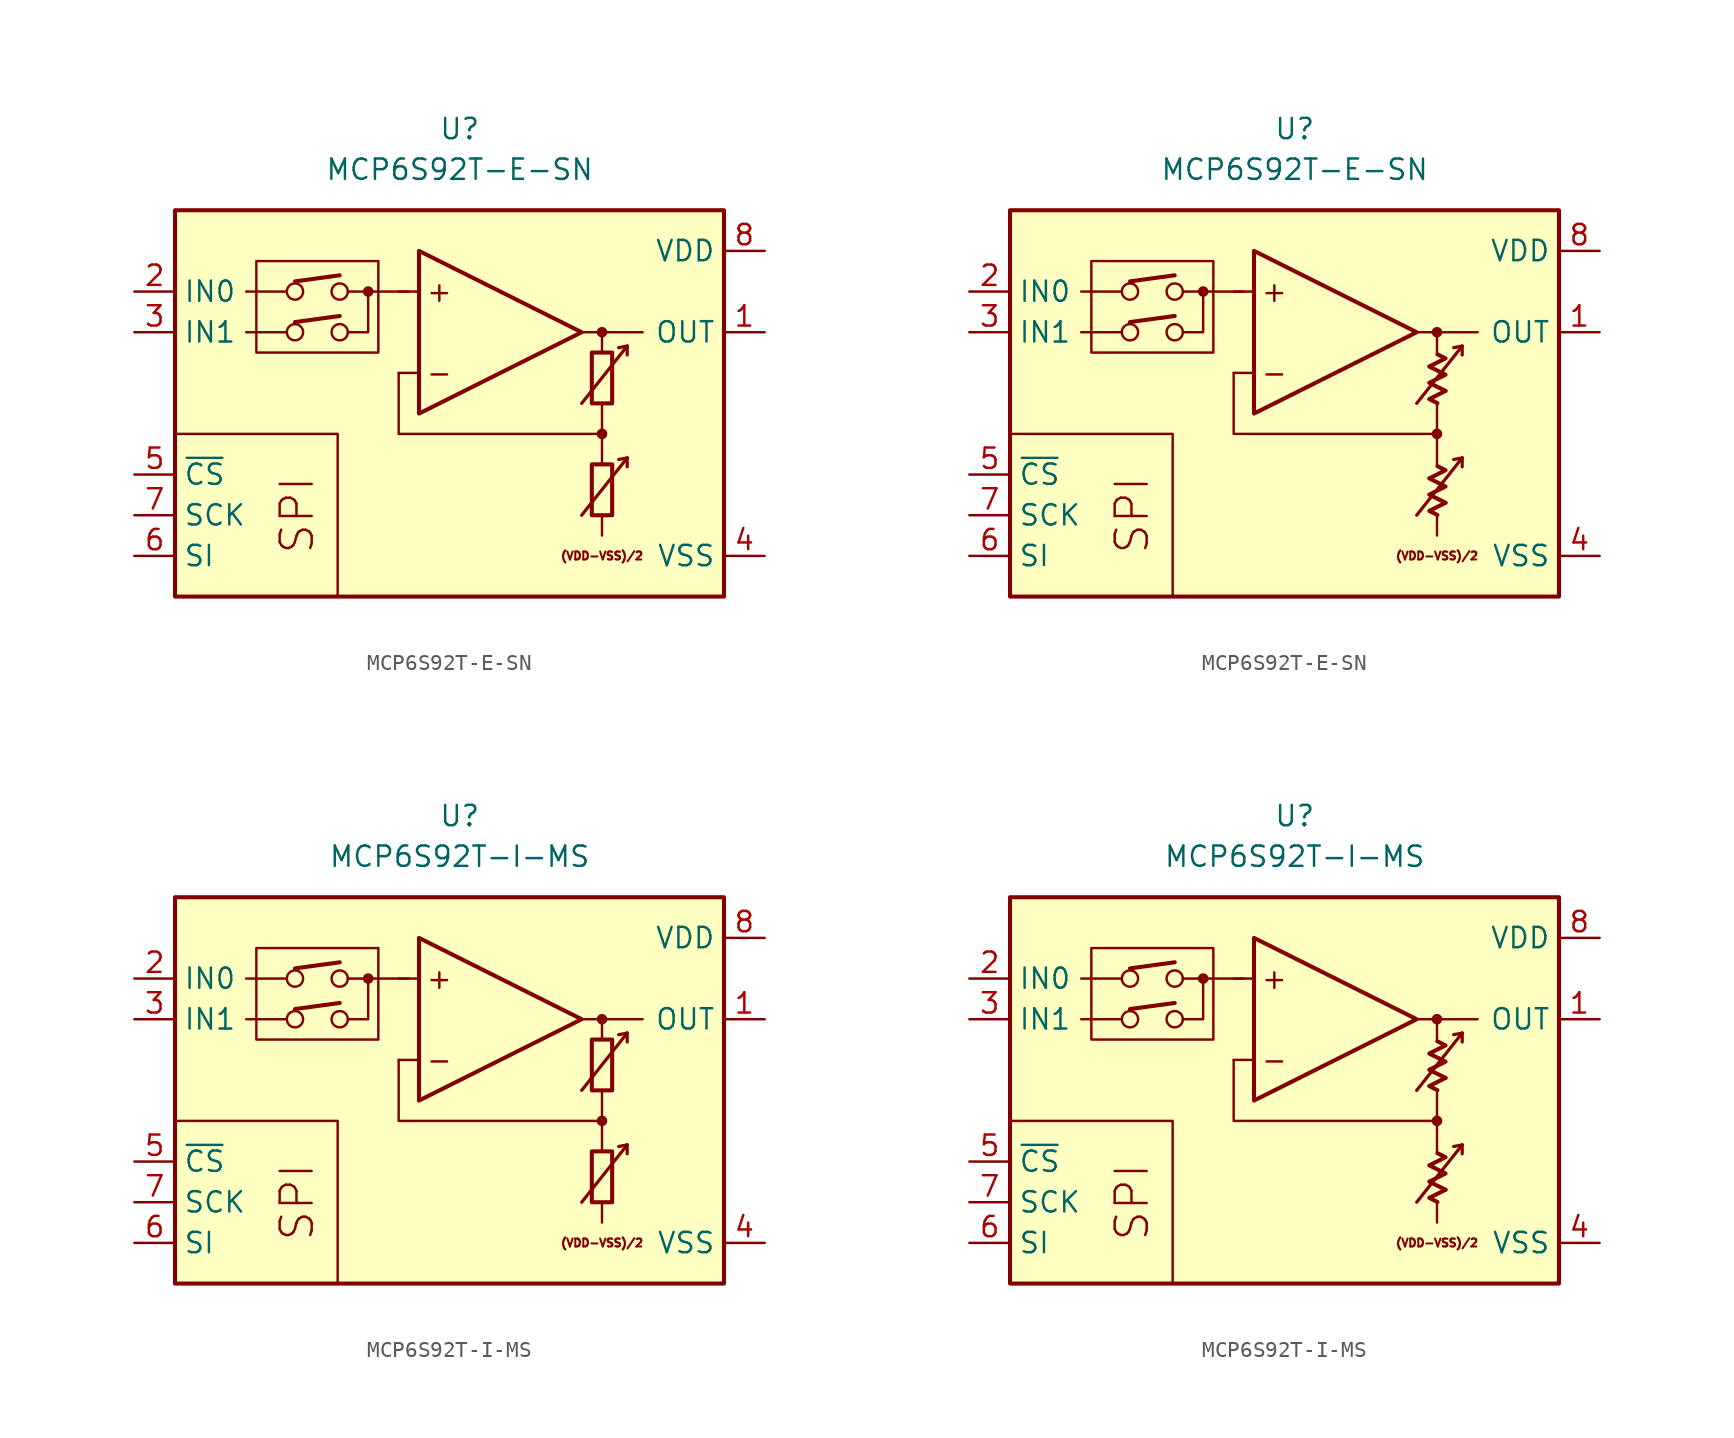
<source format=kicad_sym>
(kicad_symbol_lib
  (version 20231120)
  (generator "kicad_symbol_editor")
  (generator_version "8.0")
  (symbol "MCP6S92T-E-SN"
    (property "Reference" "U"
      (at 0 17.78 0)
      (effects (font (size 1.27 1.27))))
    (property "Value" "MCP6S92T-E-SN"
      (at 0 15.24 0)
      (effects (font (size 1.27 1.27))))
    (symbol "MCP6S92T-E-SN_0_0"
      (rectangle (start -17.78 12.7) (end 16.51 -11.43) (stroke (width 0.254) (type default)) (fill (type background)))
      (rectangle (start -12.7 9.525) (end -5.08 3.81) (stroke (width 0.152) (type default)) (fill (type none)))
      (circle (center -10.287 5.08) (radius 0.508) (stroke (width 0) (type default)) (fill (type none)))
      (circle (center -10.287 7.62) (radius 0.508) (stroke (width 0) (type default)) (fill (type none)))
      (circle (center -7.493 5.08) (radius 0.508) (stroke (width 0) (type default)) (fill (type none)))
      (circle (center -7.493 7.62) (radius 0.508) (stroke (width 0) (type default)) (fill (type none)))
      (circle (center -5.715 7.62) (radius 0.254) (stroke (width 0.152) (type default)) (fill (type outline)))
      (polyline (pts (xy 8.89 -3.81)) (stroke (width 0.152) (type default)) (fill (type none)))
      (polyline (pts (xy 8.89 -3.81)) (stroke (width 0.152) (type default)) (fill (type none)))
      (polyline (pts (xy 8.89 -3.175)) (stroke (width 0.152) (type default)) (fill (type none)))
      (polyline (pts (xy 8.89 3.175)) (stroke (width 0.152) (type default)) (fill (type none)))
      (polyline (pts (xy 8.89 3.81)) (stroke (width 0.152) (type default)) (fill (type none)))
      (polyline (pts (xy 8.89 3.81)) (stroke (width 0.152) (type default)) (fill (type none)))
      (polyline (pts (xy -10.795 5.08) (xy -13.335 5.08)) (stroke (width 0.152) (type default)) (fill (type none)))
      (polyline (pts (xy -10.795 7.62) (xy -13.335 7.62)) (stroke (width 0.152) (type default)) (fill (type none)))
      (polyline (pts (xy -10.287 5.715) (xy -7.493 6.096)) (stroke (width 0.254) (type default)) (fill (type none)))
      (polyline (pts (xy -10.287 8.255) (xy -7.493 8.636)) (stroke (width 0.254) (type default)) (fill (type none)))
      (polyline (pts (xy -3.175 7.62) (xy -6.985 7.62)) (stroke (width 0.152) (type default)) (fill (type none)))
      (polyline (pts (xy -2.54 2.54) (xy -3.81 2.54)) (stroke (width 0.152) (type default)) (fill (type none)))
      (polyline (pts (xy -2.54 7.62) (xy -3.81 7.62)) (stroke (width 0.152) (type default)) (fill (type none)))
      (polyline (pts (xy 7.62 5.08) (xy 11.43 5.08)) (stroke (width 0.152) (type default)) (fill (type none)))
      (polyline (pts (xy 8.89 -6.35) (xy 8.89 -7.62)) (stroke (width 0.152) (type default)) (fill (type none)))
      (polyline (pts (xy 8.89 -1.27) (xy 8.89 -3.175)) (stroke (width 0.152) (type default)) (fill (type none)))
      (polyline (pts (xy 8.89 0.635) (xy 8.89 -1.27)) (stroke (width 0.152) (type default)) (fill (type none)))
      (polyline (pts (xy 8.89 5.08) (xy 8.89 3.81)) (stroke (width 0.152) (type default)) (fill (type none)))
      (polyline (pts (xy -7.62 -11.43) (xy -7.62 -1.27) (xy -17.78 -1.27)) (stroke (width 0.152) (type default)) (fill (type none)))
      (polyline (pts (xy -6.985 5.08) (xy -5.715 5.08) (xy -5.715 7.62)) (stroke (width 0.152) (type default)) (fill (type none)))
      (polyline (pts (xy 8.89 -1.27) (xy -3.81 -1.27) (xy -3.81 2.54)) (stroke (width 0.152) (type default)) (fill (type none)))
      (circle (center 8.89 -1.27) (radius 0.254) (stroke (width 0.152) (type default)) (fill (type outline)))
      (circle (center 8.89 5.08) (radius 0.254) (stroke (width 0.152) (type default)) (fill (type outline)))
      (text "(VDD-VSS)/2" (at 8.89 -8.89 0) (effects (font (size 0.5 0.5))))
      (text "+" (at -1.27 7.62 0) (effects (font (size 1.27 1.27))))
      (text "-" (at -1.27 2.54 0) (effects (font (size 1.27 1.27))))
      (text "SPI" (at -10.16 -6.35 900) (effects (font (size 2 2)))))
    (symbol "MCP6S92T-E-SN_0_1"
      (rectangle (start 8.255 -3.175) (end 9.525 -6.35) (stroke (width 0.254) (type default)) (fill (type none)))
      (rectangle (start 8.255 3.81) (end 9.525 0.635) (stroke (width 0.254) (type default)) (fill (type none))))
    (symbol "MCP6S92T-E-SN_0_2"
      (polyline (pts (xy 9.422 -5.572) (xy 8.406 -6.08) (xy 8.915 -6.333)) (stroke (width 0.254) (type default)) (fill (type none)))
      (polyline (pts (xy 9.422 1.413) (xy 8.406 0.905) (xy 8.915 0.651)) (stroke (width 0.254) (type default)) (fill (type none)))
      (polyline (pts (xy 8.915 -3.285) (xy 9.422 -3.539) (xy 8.406 -4.048) (xy 9.422 -4.556) (xy 8.406 -5.064) (xy 9.422 -5.572)) (stroke (width 0.254) (type default)) (fill (type none)))
      (polyline (pts (xy 8.915 3.7) (xy 9.422 3.446) (xy 8.406 2.938) (xy 9.422 2.429) (xy 8.406 1.921) (xy 9.422 1.413)) (stroke (width 0.254) (type default)) (fill (type none))))
    (symbol "MCP6S92T-E-SN_1_0"
      (polyline (pts (xy 10.465 -2.769) (xy 9.931 -2.87)) (stroke (width 0.2) (type default)) (fill (type none)))
      (polyline (pts (xy 10.465 -2.769) (xy 10.465 -3.327)) (stroke (width 0.2) (type default)) (fill (type none)))
      (polyline (pts (xy 10.465 4.216) (xy 9.931 4.115)) (stroke (width 0.2) (type default)) (fill (type none)))
      (polyline (pts (xy 10.465 4.216) (xy 10.465 3.658)) (stroke (width 0.2) (type default)) (fill (type none)))
      (polyline (pts (xy -2.54 10.16) (xy -2.54 0) (xy 7.62 5.08) (xy -2.54 10.16)) (stroke (width 0.254) (type default)) (fill (type background)))
      (polyline (pts (xy 7.62 -6.35) (xy 10.465 -2.769) (xy 10.465 -2.769) (xy 10.465 -2.769)) (stroke (width 0.2) (type default)) (fill (type none)))
      (polyline (pts (xy 7.62 0.635) (xy 10.465 4.216) (xy 10.465 4.216) (xy 10.465 4.216)) (stroke (width 0.2) (type default)) (fill (type none))))
    (symbol "MCP6S92T-E-SN_1_1"
      (pin output line (at 19.05 5.08 180) (length 2.54) (name "OUT" (effects (font (size 1.27 1.27)))) (number "1" (effects (font (size 1.27 1.27)))))
      (pin input line (at -20.32 7.62 0) (length 2.54) (name "IN0" (effects (font (size 1.27 1.27)))) (number "2" (effects (font (size 1.27 1.27)))))
      (pin input line (at -20.32 5.08 0) (length 2.54) (name "IN1" (effects (font (size 1.27 1.27)))) (number "3" (effects (font (size 1.27 1.27)))))
      (pin power_in line (at 19.05 -8.89 180) (length 2.54) (name "VSS" (effects (font (size 1.27 1.27)))) (number "4" (effects (font (size 1.27 1.27)))))
      (pin input line (at -20.32 -3.81 0) (length 2.54) (name "~{CS}" (effects (font (size 1.27 1.27)))) (number "5" (effects (font (size 1.27 1.27)))))
      (pin input line (at -20.32 -8.89 0) (length 2.54) (name "SI" (effects (font (size 1.27 1.27)))) (number "6" (effects (font (size 1.27 1.27)))))
      (pin input line (at -20.32 -6.35 0) (length 2.54) (name "SCK" (effects (font (size 1.27 1.27)))) (number "7" (effects (font (size 1.27 1.27)))))
      (pin power_in line (at 19.05 10.16 180) (length 2.54) (name "VDD" (effects (font (size 1.27 1.27)))) (number "8" (effects (font (size 1.27 1.27))))))
    (symbol "MCP6S92T-E-SN_1_2"
      (pin output line (at 19.05 5.08 180) (length 2.54) (name "OUT" (effects (font (size 1.27 1.27)))) (number "1" (effects (font (size 1.27 1.27)))))
      (pin input line (at -20.32 7.62 0) (length 2.54) (name "IN0" (effects (font (size 1.27 1.27)))) (number "2" (effects (font (size 1.27 1.27)))))
      (pin input line (at -20.32 5.08 0) (length 2.54) (name "IN1" (effects (font (size 1.27 1.27)))) (number "3" (effects (font (size 1.27 1.27)))))
      (pin power_in line (at 19.05 -8.89 180) (length 2.54) (name "VSS" (effects (font (size 1.27 1.27)))) (number "4" (effects (font (size 1.27 1.27)))))
      (pin input line (at -20.32 -3.81 0) (length 2.54) (name "~{CS}" (effects (font (size 1.27 1.27)))) (number "5" (effects (font (size 1.27 1.27)))))
      (pin input line (at -20.32 -8.89 0) (length 2.54) (name "SI" (effects (font (size 1.27 1.27)))) (number "6" (effects (font (size 1.27 1.27)))))
      (pin input line (at -20.32 -6.35 0) (length 2.54) (name "SCK" (effects (font (size 1.27 1.27)))) (number "7" (effects (font (size 1.27 1.27)))))
      (pin power_in line (at 19.05 10.16 180) (length 2.54) (name "VDD" (effects (font (size 1.27 1.27)))) (number "8" (effects (font (size 1.27 1.27)))))))
  (symbol "MCP6S92T-I-MS"
    (property "Reference" "U"
      (at 0 17.78 0)
      (effects (font (size 1.27 1.27))))
    (property "Value" "MCP6S92T-I-MS"
      (at 0 15.24 0)
      (effects (font (size 1.27 1.27))))
    (symbol "MCP6S92T-I-MS_0_0"
      (rectangle (start -17.78 12.7) (end 16.51 -11.43) (stroke (width 0.254) (type default)) (fill (type background)))
      (rectangle (start -12.7 9.525) (end -5.08 3.81) (stroke (width 0.152) (type default)) (fill (type none)))
      (circle (center -10.287 5.08) (radius 0.508) (stroke (width 0) (type default)) (fill (type none)))
      (circle (center -10.287 7.62) (radius 0.508) (stroke (width 0) (type default)) (fill (type none)))
      (circle (center -7.493 5.08) (radius 0.508) (stroke (width 0) (type default)) (fill (type none)))
      (circle (center -7.493 7.62) (radius 0.508) (stroke (width 0) (type default)) (fill (type none)))
      (circle (center -5.715 7.62) (radius 0.254) (stroke (width 0.152) (type default)) (fill (type outline)))
      (polyline (pts (xy 8.89 -3.81)) (stroke (width 0.152) (type default)) (fill (type none)))
      (polyline (pts (xy 8.89 -3.81)) (stroke (width 0.152) (type default)) (fill (type none)))
      (polyline (pts (xy 8.89 -3.175)) (stroke (width 0.152) (type default)) (fill (type none)))
      (polyline (pts (xy 8.89 3.175)) (stroke (width 0.152) (type default)) (fill (type none)))
      (polyline (pts (xy 8.89 3.81)) (stroke (width 0.152) (type default)) (fill (type none)))
      (polyline (pts (xy 8.89 3.81)) (stroke (width 0.152) (type default)) (fill (type none)))
      (polyline (pts (xy -10.795 5.08) (xy -13.335 5.08)) (stroke (width 0.152) (type default)) (fill (type none)))
      (polyline (pts (xy -10.795 7.62) (xy -13.335 7.62)) (stroke (width 0.152) (type default)) (fill (type none)))
      (polyline (pts (xy -10.287 5.715) (xy -7.493 6.096)) (stroke (width 0.254) (type default)) (fill (type none)))
      (polyline (pts (xy -10.287 8.255) (xy -7.493 8.636)) (stroke (width 0.254) (type default)) (fill (type none)))
      (polyline (pts (xy -3.175 7.62) (xy -6.985 7.62)) (stroke (width 0.152) (type default)) (fill (type none)))
      (polyline (pts (xy -2.54 2.54) (xy -3.81 2.54)) (stroke (width 0.152) (type default)) (fill (type none)))
      (polyline (pts (xy -2.54 7.62) (xy -3.81 7.62)) (stroke (width 0.152) (type default)) (fill (type none)))
      (polyline (pts (xy 7.62 5.08) (xy 11.43 5.08)) (stroke (width 0.152) (type default)) (fill (type none)))
      (polyline (pts (xy 8.89 -6.35) (xy 8.89 -7.62)) (stroke (width 0.152) (type default)) (fill (type none)))
      (polyline (pts (xy 8.89 -1.27) (xy 8.89 -3.175)) (stroke (width 0.152) (type default)) (fill (type none)))
      (polyline (pts (xy 8.89 0.635) (xy 8.89 -1.27)) (stroke (width 0.152) (type default)) (fill (type none)))
      (polyline (pts (xy 8.89 5.08) (xy 8.89 3.81)) (stroke (width 0.152) (type default)) (fill (type none)))
      (polyline (pts (xy -7.62 -11.43) (xy -7.62 -1.27) (xy -17.78 -1.27)) (stroke (width 0.152) (type default)) (fill (type none)))
      (polyline (pts (xy -6.985 5.08) (xy -5.715 5.08) (xy -5.715 7.62)) (stroke (width 0.152) (type default)) (fill (type none)))
      (polyline (pts (xy 8.89 -1.27) (xy -3.81 -1.27) (xy -3.81 2.54)) (stroke (width 0.152) (type default)) (fill (type none)))
      (circle (center 8.89 -1.27) (radius 0.254) (stroke (width 0.152) (type default)) (fill (type outline)))
      (circle (center 8.89 5.08) (radius 0.254) (stroke (width 0.152) (type default)) (fill (type outline)))
      (text "(VDD-VSS)/2" (at 8.89 -8.89 0) (effects (font (size 0.5 0.5))))
      (text "+" (at -1.27 7.62 0) (effects (font (size 1.27 1.27))))
      (text "-" (at -1.27 2.54 0) (effects (font (size 1.27 1.27))))
      (text "SPI" (at -10.16 -6.35 900) (effects (font (size 2 2)))))
    (symbol "MCP6S92T-I-MS_0_1"
      (rectangle (start 8.255 -3.175) (end 9.525 -6.35) (stroke (width 0.254) (type default)) (fill (type none)))
      (rectangle (start 8.255 3.81) (end 9.525 0.635) (stroke (width 0.254) (type default)) (fill (type none))))
    (symbol "MCP6S92T-I-MS_0_2"
      (polyline (pts (xy 9.422 -5.572) (xy 8.406 -6.08) (xy 8.915 -6.333)) (stroke (width 0.254) (type default)) (fill (type none)))
      (polyline (pts (xy 9.422 1.413) (xy 8.406 0.905) (xy 8.915 0.651)) (stroke (width 0.254) (type default)) (fill (type none)))
      (polyline (pts (xy 8.915 -3.285) (xy 9.422 -3.539) (xy 8.406 -4.048) (xy 9.422 -4.556) (xy 8.406 -5.064) (xy 9.422 -5.572)) (stroke (width 0.254) (type default)) (fill (type none)))
      (polyline (pts (xy 8.915 3.7) (xy 9.422 3.446) (xy 8.406 2.938) (xy 9.422 2.429) (xy 8.406 1.921) (xy 9.422 1.413)) (stroke (width 0.254) (type default)) (fill (type none))))
    (symbol "MCP6S92T-I-MS_1_0"
      (polyline (pts (xy 10.465 -2.769) (xy 9.931 -2.87)) (stroke (width 0.2) (type default)) (fill (type none)))
      (polyline (pts (xy 10.465 -2.769) (xy 10.465 -3.327)) (stroke (width 0.2) (type default)) (fill (type none)))
      (polyline (pts (xy 10.465 4.216) (xy 9.931 4.115)) (stroke (width 0.2) (type default)) (fill (type none)))
      (polyline (pts (xy 10.465 4.216) (xy 10.465 3.658)) (stroke (width 0.2) (type default)) (fill (type none)))
      (polyline (pts (xy -2.54 10.16) (xy -2.54 0) (xy 7.62 5.08) (xy -2.54 10.16)) (stroke (width 0.254) (type default)) (fill (type background)))
      (polyline (pts (xy 7.62 -6.35) (xy 10.465 -2.769) (xy 10.465 -2.769) (xy 10.465 -2.769)) (stroke (width 0.2) (type default)) (fill (type none)))
      (polyline (pts (xy 7.62 0.635) (xy 10.465 4.216) (xy 10.465 4.216) (xy 10.465 4.216)) (stroke (width 0.2) (type default)) (fill (type none))))
    (symbol "MCP6S92T-I-MS_1_1"
      (pin output line (at 19.05 5.08 180) (length 2.54) (name "OUT" (effects (font (size 1.27 1.27)))) (number "1" (effects (font (size 1.27 1.27)))))
      (pin input line (at -20.32 7.62 0) (length 2.54) (name "IN0" (effects (font (size 1.27 1.27)))) (number "2" (effects (font (size 1.27 1.27)))))
      (pin input line (at -20.32 5.08 0) (length 2.54) (name "IN1" (effects (font (size 1.27 1.27)))) (number "3" (effects (font (size 1.27 1.27)))))
      (pin power_in line (at 19.05 -8.89 180) (length 2.54) (name "VSS" (effects (font (size 1.27 1.27)))) (number "4" (effects (font (size 1.27 1.27)))))
      (pin input line (at -20.32 -3.81 0) (length 2.54) (name "~{CS}" (effects (font (size 1.27 1.27)))) (number "5" (effects (font (size 1.27 1.27)))))
      (pin input line (at -20.32 -8.89 0) (length 2.54) (name "SI" (effects (font (size 1.27 1.27)))) (number "6" (effects (font (size 1.27 1.27)))))
      (pin input line (at -20.32 -6.35 0) (length 2.54) (name "SCK" (effects (font (size 1.27 1.27)))) (number "7" (effects (font (size 1.27 1.27)))))
      (pin power_in line (at 19.05 10.16 180) (length 2.54) (name "VDD" (effects (font (size 1.27 1.27)))) (number "8" (effects (font (size 1.27 1.27))))))
    (symbol "MCP6S92T-I-MS_1_2"
      (pin output line (at 19.05 5.08 180) (length 2.54) (name "OUT" (effects (font (size 1.27 1.27)))) (number "1" (effects (font (size 1.27 1.27)))))
      (pin input line (at -20.32 7.62 0) (length 2.54) (name "IN0" (effects (font (size 1.27 1.27)))) (number "2" (effects (font (size 1.27 1.27)))))
      (pin input line (at -20.32 5.08 0) (length 2.54) (name "IN1" (effects (font (size 1.27 1.27)))) (number "3" (effects (font (size 1.27 1.27)))))
      (pin power_in line (at 19.05 -8.89 180) (length 2.54) (name "VSS" (effects (font (size 1.27 1.27)))) (number "4" (effects (font (size 1.27 1.27)))))
      (pin input line (at -20.32 -3.81 0) (length 2.54) (name "~{CS}" (effects (font (size 1.27 1.27)))) (number "5" (effects (font (size 1.27 1.27)))))
      (pin input line (at -20.32 -8.89 0) (length 2.54) (name "SI" (effects (font (size 1.27 1.27)))) (number "6" (effects (font (size 1.27 1.27)))))
      (pin input line (at -20.32 -6.35 0) (length 2.54) (name "SCK" (effects (font (size 1.27 1.27)))) (number "7" (effects (font (size 1.27 1.27)))))
      (pin power_in line (at 19.05 10.16 180) (length 2.54) (name "VDD" (effects (font (size 1.27 1.27)))) (number "8" (effects (font (size 1.27 1.27))))))))
</source>
